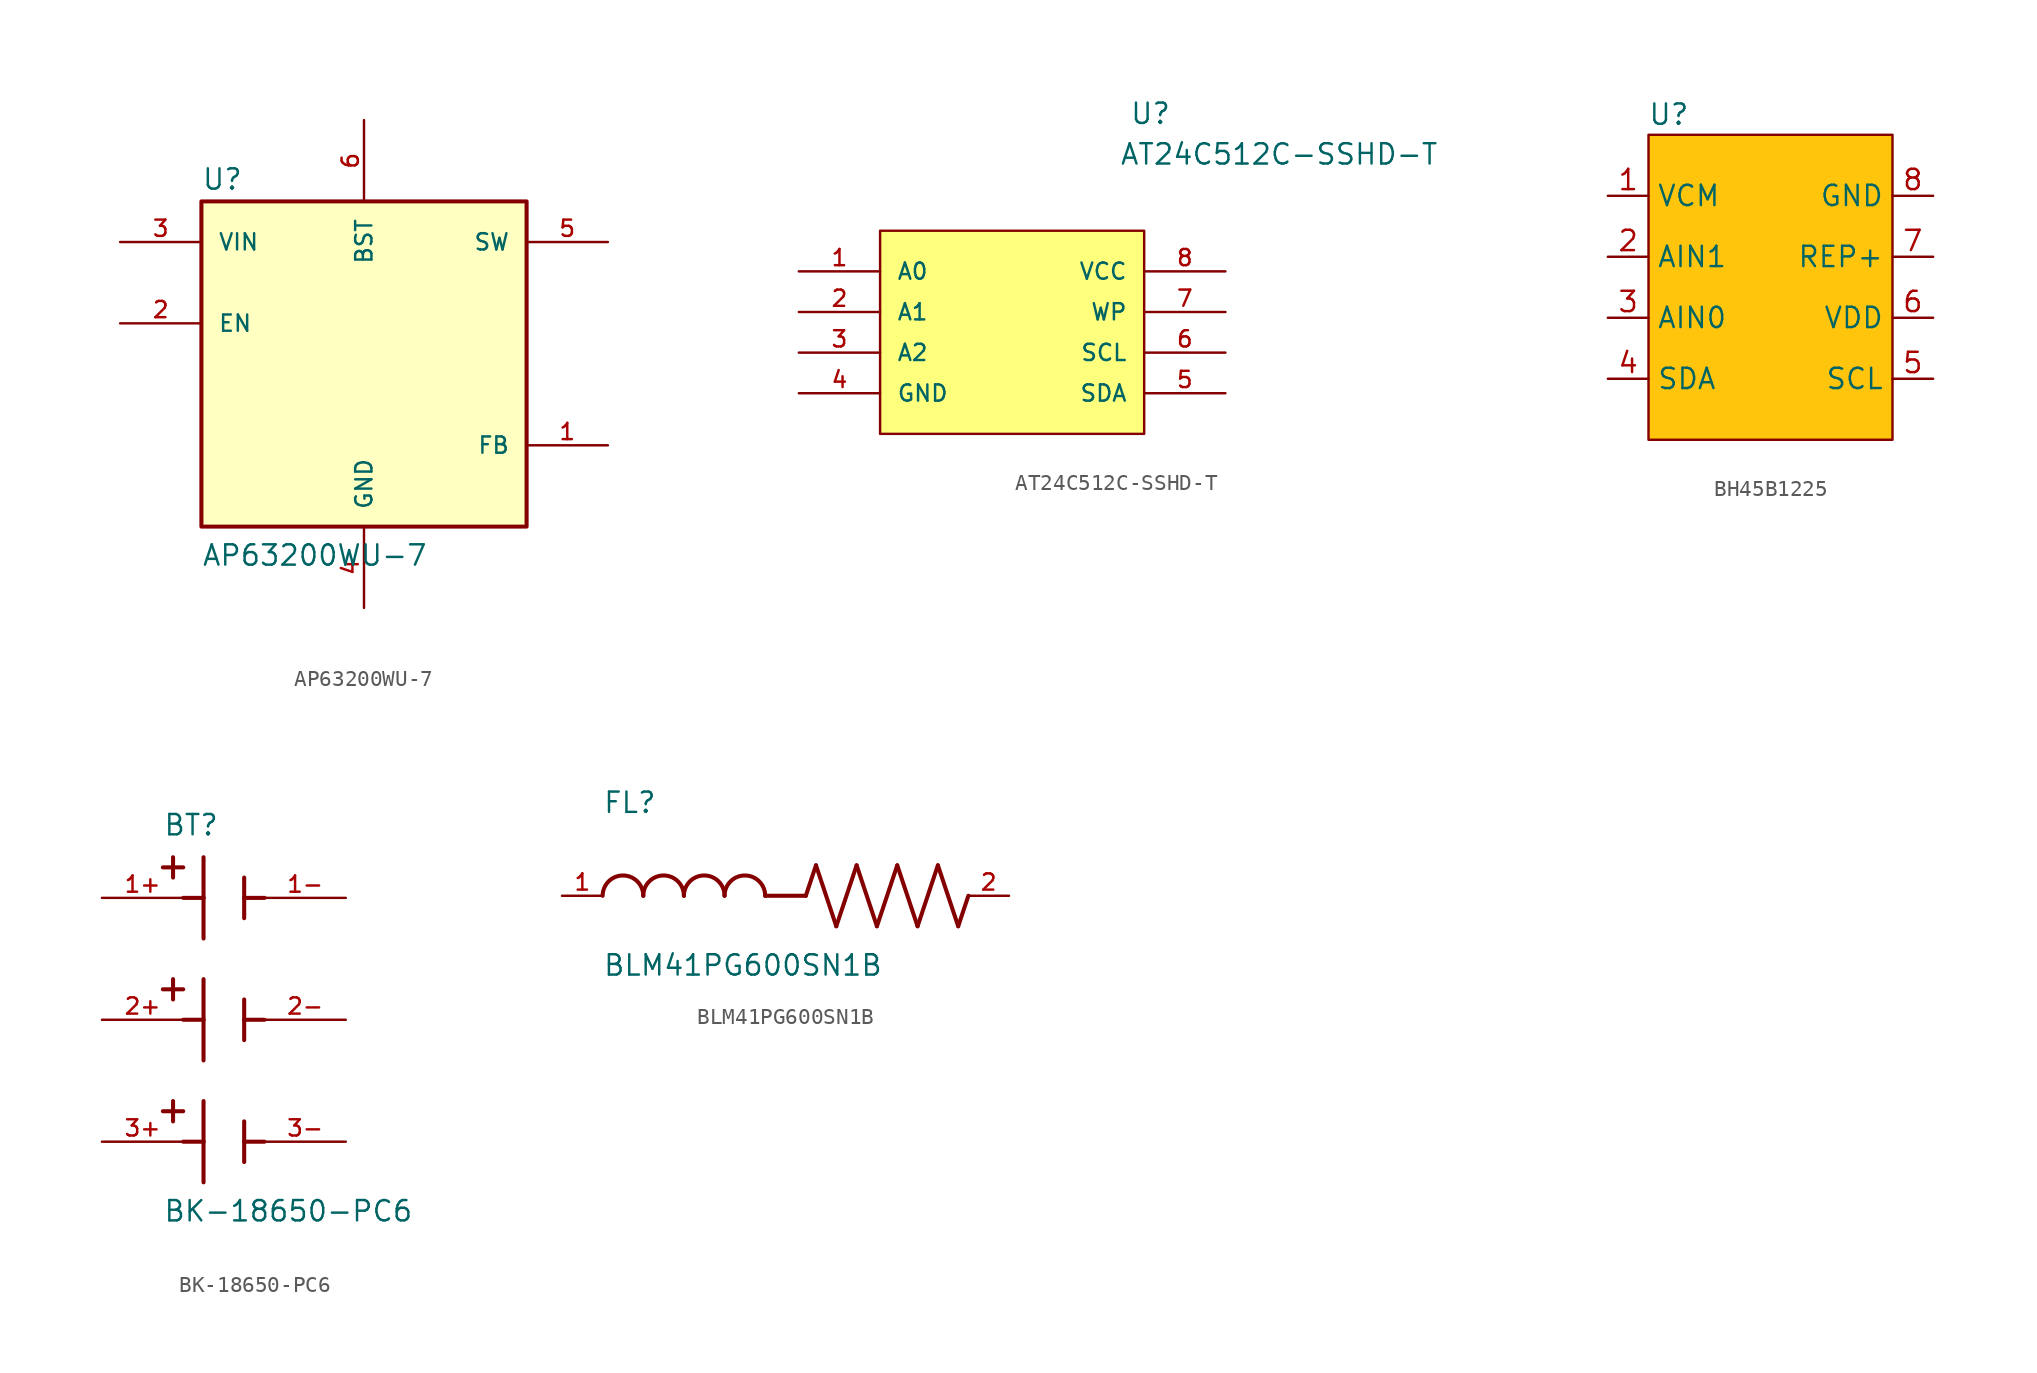
<source format=kicad_sym>
(kicad_symbol_lib
  (version 20241209)
  (generator "kicad_symbol_editor")
  (generator_version "9.0")
  (symbol "AP63200WU-7"
    (pin_names
      (offset 1.016))
    (property "Reference" "U"
      (at -10.16 10.795 0)
      (effects (font (size 1.27 1.27)) (justify left bottom)))
    (property "Value" "AP63200WU-7"
      (at -10.16 -12.7 0)
      (effects (font (size 1.27 1.27)) (justify left bottom)))
    (symbol "AP63200WU-7_0_0"
      (rectangle (start -10.16 -10.16) (end 10.16 10.16) (stroke (width 0.254) (type default)) (fill (type background)))
      (pin input line (at -15.24 7.62 0) (length 5.08) (name "VIN" (effects (font (size 1.016 1.016)))) (number "3" (effects (font (size 1.016 1.016)))))
      (pin input line (at -15.24 2.54 0) (length 5.08) (name "EN" (effects (font (size 1.016 1.016)))) (number "2" (effects (font (size 1.016 1.016)))))
      (pin input line (at 0 15.24 270) (length 5.08) (name "BST" (effects (font (size 1.016 1.016)))) (number "6" (effects (font (size 1.016 1.016)))))
      (pin power_in line (at 0 -15.24 90) (length 5.08) (name "GND" (effects (font (size 1.016 1.016)))) (number "4" (effects (font (size 1.016 1.016)))))
      (pin output line (at 15.24 7.62 180) (length 5.08) (name "SW" (effects (font (size 1.016 1.016)))) (number "5" (effects (font (size 1.016 1.016)))))
      (pin passive line (at 15.24 -5.08 180) (length 5.08) (name "FB" (effects (font (size 1.016 1.016)))) (number "1" (effects (font (size 1.016 1.016)))))))
  (symbol "AT24C512C-SSHD-T"
    (pin_names
      (offset 1.016))
    (property "Reference" "U"
      (at 23.216 9.119 0)
      (effects (font (size 1.27 1.27)) (justify left bottom)))
    (property "Value" "AT24C512C-SSHD-T"
      (at 22.581 6.579 0)
      (effects (font (size 1.27 1.27)) (justify left bottom)))
    (symbol "AT24C512C-SSHD-T_0_0"
      (pin input line (at 2.54 0 0) (length 5.08) (name "A0" (effects (font (size 1.016 1.016)))) (number "1" (effects (font (size 1.016 1.016)))))
      (pin input line (at 2.54 -2.54 0) (length 5.08) (name "A1" (effects (font (size 1.016 1.016)))) (number "2" (effects (font (size 1.016 1.016)))))
      (pin input line (at 2.54 -5.08 0) (length 5.08) (name "A2" (effects (font (size 1.016 1.016)))) (number "3" (effects (font (size 1.016 1.016)))))
      (pin power_in line (at 2.54 -7.62 0) (length 5.08) (name "GND" (effects (font (size 1.016 1.016)))) (number "4" (effects (font (size 1.016 1.016)))))
      (pin power_in line (at 29.21 0 180) (length 5.08) (name "VCC" (effects (font (size 1.016 1.016)))) (number "8" (effects (font (size 1.016 1.016)))))
      (pin passive line (at 29.21 -2.54 180) (length 5.08) (name "WP" (effects (font (size 1.016 1.016)))) (number "7" (effects (font (size 1.016 1.016)))))
      (pin input line (at 29.21 -5.08 180) (length 5.08) (name "SCL" (effects (font (size 1.016 1.016)))) (number "6" (effects (font (size 1.016 1.016)))))
      (pin passive line (at 29.21 -7.62 180) (length 5.08) (name "SDA" (effects (font (size 1.016 1.016)))) (number "5" (effects (font (size 1.016 1.016))))))
    (symbol "AT24C512C-SSHD-T_1_1"
      (rectangle (start 7.62 2.54) (end 24.13 -10.16) (stroke (width 0) (type solid)) (fill (type color) (color 254 255 125 1)))))
  (symbol "BH45B1225"
    (property "Reference" "U"
      (at -6.35 10.16 0)
      (effects (font (size 1.27 1.27))))
    (property "Value" ""
      (at 0 0 0)
      (effects (font (size 1.27 1.27))))
    (symbol "BH45B1225_1_1"
      (rectangle (start -7.62 8.89) (end 7.62 -10.16) (stroke (width 0) (type solid)) (fill (type color) (color 255 197 13 1)))
      (pin input line (at -10.16 5.08 0) (length 2.54) (name "VCM" (effects (font (size 1.27 1.27)))) (number "1" (effects (font (size 1.27 1.27)))))
      (pin input line (at -10.16 1.27 0) (length 2.54) (name "AIN1" (effects (font (size 1.27 1.27)))) (number "2" (effects (font (size 1.27 1.27)))))
      (pin input line (at -10.16 -2.54 0) (length 2.54) (name "AIN0" (effects (font (size 1.27 1.27)))) (number "3" (effects (font (size 1.27 1.27)))))
      (pin input line (at -10.16 -6.35 0) (length 2.54) (name "SDA" (effects (font (size 1.27 1.27)))) (number "4" (effects (font (size 1.27 1.27)))))
      (pin input line (at 10.16 5.08 180) (length 2.54) (name "GND" (effects (font (size 1.27 1.27)))) (number "8" (effects (font (size 1.27 1.27)))))
      (pin input line (at 10.16 1.27 180) (length 2.54) (name "REP+" (effects (font (size 1.27 1.27)))) (number "7" (effects (font (size 1.27 1.27)))))
      (pin input line (at 10.16 -2.54 180) (length 2.54) (name "VDD" (effects (font (size 1.27 1.27)))) (number "6" (effects (font (size 1.27 1.27)))))
      (pin input line (at 10.16 -6.35 180) (length 2.54) (name "SCL" (effects (font (size 1.27 1.27)))) (number "5" (effects (font (size 1.27 1.27)))))))
  (symbol "BK-18650-PC6"
    (pin_names
      (offset 1.016))
    (property "Reference" "BT"
      (at -3.81 11.43 0)
      (effects (font (size 1.27 1.27)) (justify left bottom)))
    (property "Value" "BK-18650-PC6"
      (at -3.81 -12.7 0)
      (effects (font (size 1.27 1.27)) (justify left bottom)))
    (symbol "BK-18650-PC6_0_0"
      (polyline (pts (xy -3.81 9.525) (xy -2.54 9.525)) (stroke (width 0.254) (type default)) (fill (type none)))
      (polyline (pts (xy -3.81 1.905) (xy -2.54 1.905)) (stroke (width 0.254) (type default)) (fill (type none)))
      (polyline (pts (xy -3.81 -5.715) (xy -2.54 -5.715)) (stroke (width 0.254) (type default)) (fill (type none)))
      (polyline (pts (xy -3.175 10.16) (xy -3.175 8.89)) (stroke (width 0.254) (type default)) (fill (type none)))
      (polyline (pts (xy -3.175 2.54) (xy -3.175 1.27)) (stroke (width 0.254) (type default)) (fill (type none)))
      (polyline (pts (xy -3.175 -5.08) (xy -3.175 -6.35)) (stroke (width 0.254) (type default)) (fill (type none)))
      (polyline (pts (xy -1.27 10.16) (xy -1.27 7.62)) (stroke (width 0.254) (type default)) (fill (type none)))
      (polyline (pts (xy -1.27 7.62) (xy -2.54 7.62)) (stroke (width 0.254) (type default)) (fill (type none)))
      (polyline (pts (xy -1.27 7.62) (xy -1.27 5.08)) (stroke (width 0.254) (type default)) (fill (type none)))
      (polyline (pts (xy -1.27 2.54) (xy -1.27 0)) (stroke (width 0.254) (type default)) (fill (type none)))
      (polyline (pts (xy -1.27 0) (xy -2.54 0)) (stroke (width 0.254) (type default)) (fill (type none)))
      (polyline (pts (xy -1.27 0) (xy -1.27 -2.54)) (stroke (width 0.254) (type default)) (fill (type none)))
      (polyline (pts (xy -1.27 -5.08) (xy -1.27 -7.62)) (stroke (width 0.254) (type default)) (fill (type none)))
      (polyline (pts (xy -1.27 -7.62) (xy -2.54 -7.62)) (stroke (width 0.254) (type default)) (fill (type none)))
      (polyline (pts (xy -1.27 -7.62) (xy -1.27 -10.16)) (stroke (width 0.254) (type default)) (fill (type none)))
      (polyline (pts (xy 1.27 8.89) (xy 1.27 7.62)) (stroke (width 0.254) (type default)) (fill (type none)))
      (polyline (pts (xy 1.27 7.62) (xy 1.27 6.35)) (stroke (width 0.254) (type default)) (fill (type none)))
      (polyline (pts (xy 1.27 7.62) (xy 2.54 7.62)) (stroke (width 0.254) (type default)) (fill (type none)))
      (polyline (pts (xy 1.27 1.27) (xy 1.27 0)) (stroke (width 0.254) (type default)) (fill (type none)))
      (polyline (pts (xy 1.27 0) (xy 1.27 -1.27)) (stroke (width 0.254) (type default)) (fill (type none)))
      (polyline (pts (xy 1.27 0) (xy 2.54 0)) (stroke (width 0.254) (type default)) (fill (type none)))
      (polyline (pts (xy 1.27 -6.35) (xy 1.27 -7.62)) (stroke (width 0.254) (type default)) (fill (type none)))
      (polyline (pts (xy 1.27 -7.62) (xy 1.27 -8.89)) (stroke (width 0.254) (type default)) (fill (type none)))
      (polyline (pts (xy 1.27 -7.62) (xy 2.54 -7.62)) (stroke (width 0.254) (type default)) (fill (type none)))
      (pin passive line (at -7.62 7.62 0) (length 5.08) (name "~" (effects (font (size 1.016 1.016)))) (number "1+" (effects (font (size 1.016 1.016)))))
      (pin passive line (at -7.62 0 0) (length 5.08) (name "~" (effects (font (size 1.016 1.016)))) (number "2+" (effects (font (size 1.016 1.016)))))
      (pin passive line (at -7.62 -7.62 0) (length 5.08) (name "~" (effects (font (size 1.016 1.016)))) (number "3+" (effects (font (size 1.016 1.016)))))
      (pin passive line (at 7.62 7.62 180) (length 5.08) (name "~" (effects (font (size 1.016 1.016)))) (number "1-" (effects (font (size 1.016 1.016)))))
      (pin passive line (at 7.62 0 180) (length 5.08) (name "~" (effects (font (size 1.016 1.016)))) (number "2-" (effects (font (size 1.016 1.016)))))
      (pin passive line (at 7.62 -7.62 180) (length 5.08) (name "~" (effects (font (size 1.016 1.016)))) (number "3-" (effects (font (size 1.016 1.016)))))))
  (symbol "BLM41PG600SN1B"
    (pin_names
      (offset 1.016))
    (property "Reference" "FL"
      (at -12.704 5.082 0)
      (effects (font (size 1.27 1.27)) (justify left bottom)))
    (property "Value" "BLM41PG600SN1B"
      (at -12.71 -5.087 0)
      (effects (font (size 1.27 1.27)) (justify left bottom)))
    (symbol "BLM41PG600SN1B_0_0"
      (arc (start -12.7 0) (mid -11.43 1.2645) (end -10.16 0) (stroke (width 0.254) (type default)) (fill (type none)))
      (arc (start -10.16 0) (mid -8.89 1.2645) (end -7.62 0) (stroke (width 0.254) (type default)) (fill (type none)))
      (arc (start -7.62 0) (mid -6.35 1.2645) (end -5.08 0) (stroke (width 0.254) (type default)) (fill (type none)))
      (arc (start -5.08 0) (mid -3.81 1.2645) (end -2.54 0) (stroke (width 0.254) (type default)) (fill (type none)))
      (polyline (pts (xy 0 0) (xy -2.54 0)) (stroke (width 0.254) (type default)) (fill (type none)))
      (polyline (pts (xy 0 0) (xy 0.635 1.905)) (stroke (width 0.254) (type default)) (fill (type none)))
      (polyline (pts (xy 0.635 1.905) (xy 1.905 -1.905)) (stroke (width 0.254) (type default)) (fill (type none)))
      (polyline (pts (xy 1.905 -1.905) (xy 3.175 1.905)) (stroke (width 0.254) (type default)) (fill (type none)))
      (polyline (pts (xy 3.175 1.905) (xy 4.445 -1.905)) (stroke (width 0.254) (type default)) (fill (type none)))
      (polyline (pts (xy 4.445 -1.905) (xy 5.715 1.905)) (stroke (width 0.254) (type default)) (fill (type none)))
      (polyline (pts (xy 5.715 1.905) (xy 6.985 -1.905)) (stroke (width 0.254) (type default)) (fill (type none)))
      (polyline (pts (xy 6.985 -1.905) (xy 8.255 1.905)) (stroke (width 0.254) (type default)) (fill (type none)))
      (polyline (pts (xy 8.255 1.905) (xy 9.525 -1.905)) (stroke (width 0.254) (type default)) (fill (type none)))
      (polyline (pts (xy 9.525 -1.905) (xy 10.16 0)) (stroke (width 0.254) (type default)) (fill (type none)))
      (pin passive line (at -15.24 0 0) (length 2.54) (name "~" (effects (font (size 1.016 1.016)))) (number "1" (effects (font (size 1.016 1.016)))))
      (pin passive line (at 12.7 0 180) (length 2.54) (name "~" (effects (font (size 1.016 1.016)))) (number "2" (effects (font (size 1.016 1.016))))))))
</source>
